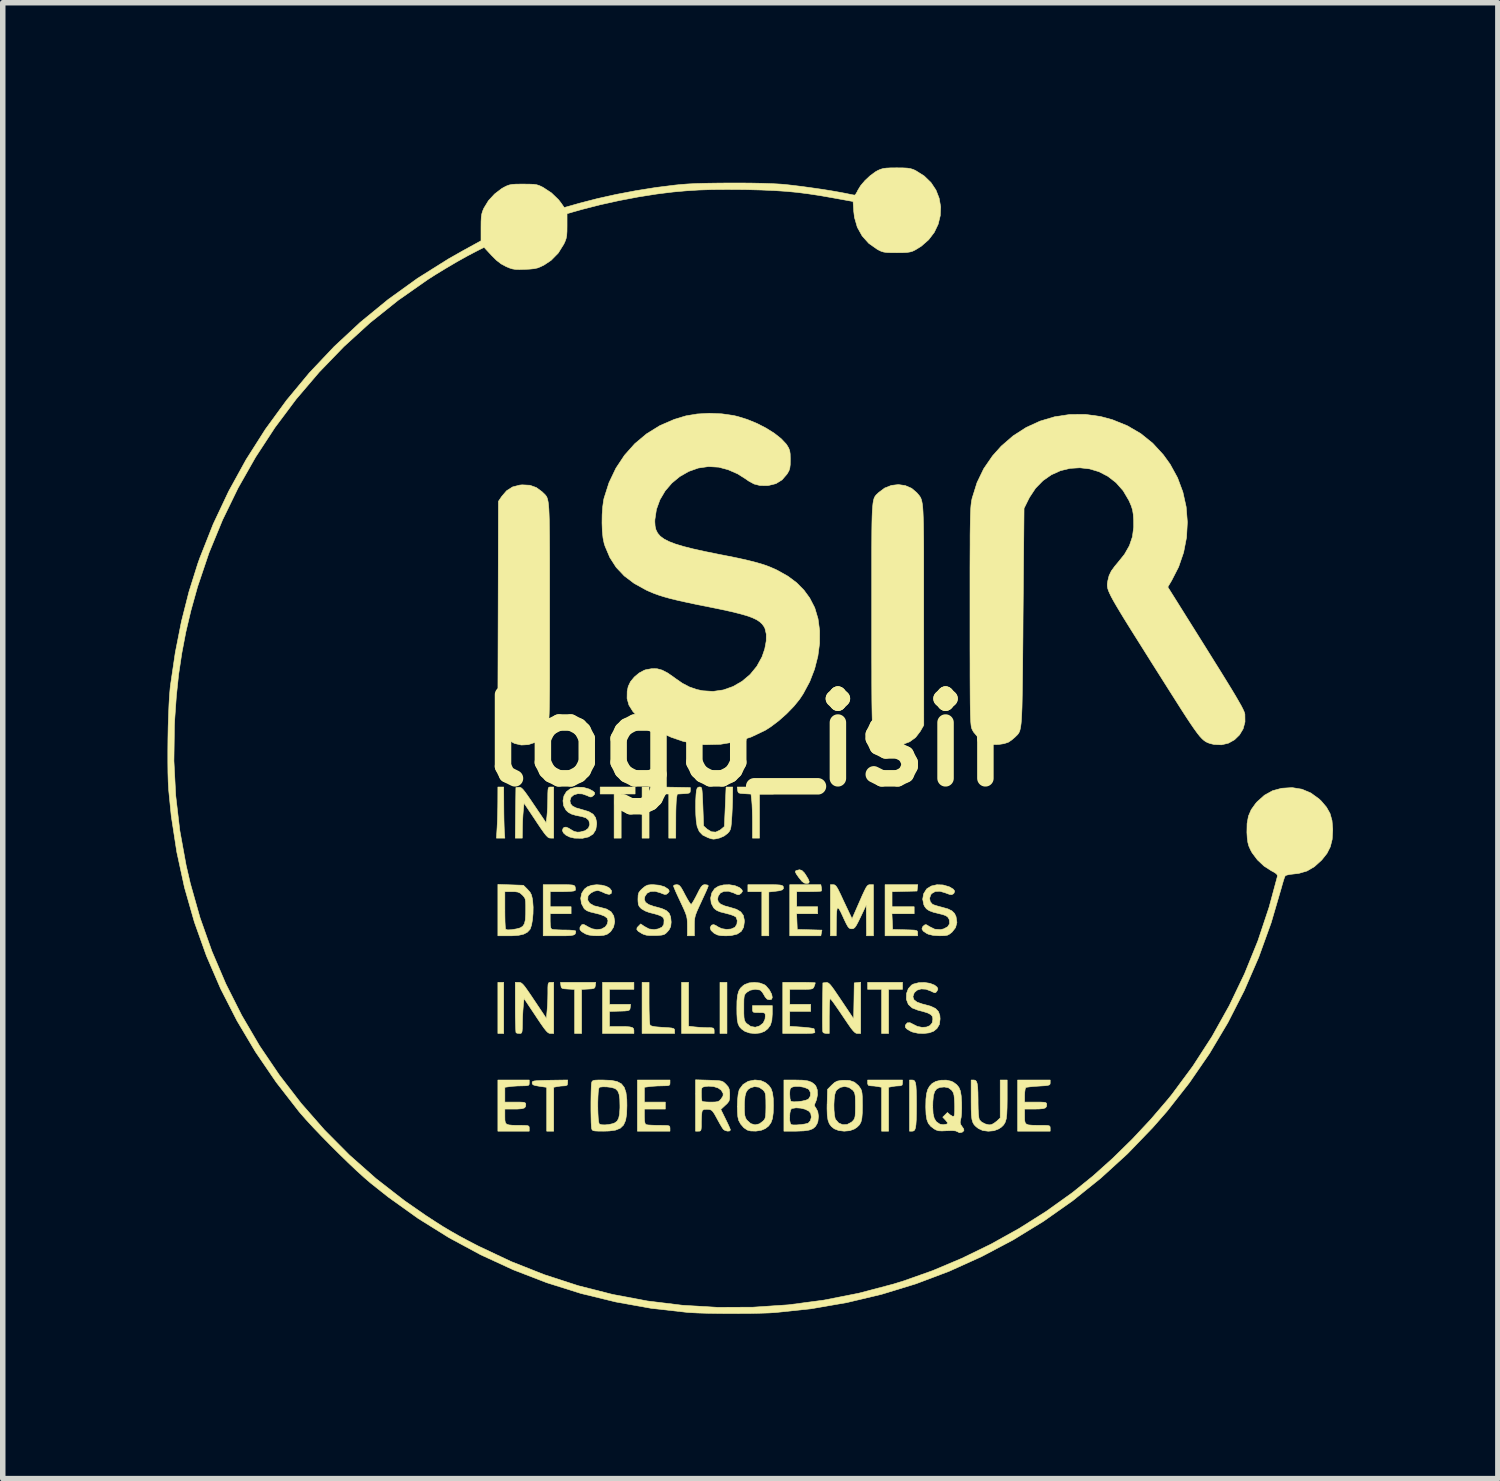
<source format=kicad_pcb>
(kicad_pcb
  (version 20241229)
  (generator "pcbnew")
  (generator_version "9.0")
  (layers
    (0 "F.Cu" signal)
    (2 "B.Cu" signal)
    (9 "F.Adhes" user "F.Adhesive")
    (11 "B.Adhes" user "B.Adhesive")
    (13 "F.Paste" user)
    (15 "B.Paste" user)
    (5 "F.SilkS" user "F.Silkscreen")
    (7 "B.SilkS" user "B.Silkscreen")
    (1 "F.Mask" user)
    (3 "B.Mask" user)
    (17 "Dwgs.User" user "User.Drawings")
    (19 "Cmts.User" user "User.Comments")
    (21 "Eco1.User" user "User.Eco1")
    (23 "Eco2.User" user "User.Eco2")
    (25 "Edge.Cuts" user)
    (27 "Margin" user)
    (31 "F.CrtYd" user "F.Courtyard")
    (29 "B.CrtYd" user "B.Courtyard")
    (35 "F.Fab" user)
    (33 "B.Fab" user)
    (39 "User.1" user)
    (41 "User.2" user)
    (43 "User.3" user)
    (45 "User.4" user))
  (footprint "logo_isir"
    (layer "F.Cu")
    (at 10.606 10.429)
    (property "Reference" "logo_isir" (at 0 0 0) (layer "F.SilkS") (effects (font (size 1.524 1.524) (thickness 0.3))))
    (attr through_hole)
    (fp_poly (pts (xy -4.487 5.334) (xy -4.593 5.334) (xy -4.593 4.403) (xy -4.487 4.403) (xy -4.487 5.334)) (stroke (width 0.01) (type solid)) (fill yes) (layer "F.SilkS"))
    (fp_poly (pts (xy -1.841 1.778) (xy -1.968 1.778) (xy -1.968 0.847) (xy -1.841 0.847) (xy -1.841 1.778)) (stroke (width 0.01) (type solid)) (fill yes) (layer "F.SilkS"))
    (fp_poly (pts (xy -0.423 5.334) (xy -0.55 5.334) (xy -0.55 4.403) (xy -0.423 4.403) (xy -0.423 5.334)) (stroke (width 0.01) (type solid)) (fill yes) (layer "F.SilkS"))
    (fp_poly (pts (xy -2.095 0.974) (xy -2.349 0.974) (xy -2.349 1.778) (xy -2.477 1.778) (xy -2.477 0.974) (xy -2.731 0.974) (xy -2.731 0.847) (xy -2.095 0.847) (xy -2.095 0.974)) (stroke (width 0.01) (type solid)) (fill yes) (layer "F.SilkS"))
    (fp_poly (pts (xy 2.773 4.53) (xy 2.519 4.53) (xy 2.519 5.334) (xy 2.392 5.334) (xy 2.392 4.53) (xy 2.138 4.53) (xy 2.138 4.403) (xy 2.773 4.403) (xy 2.773 4.53)) (stroke (width 0.01) (type solid)) (fill yes) (layer "F.SilkS"))
    (fp_poly (pts (xy -1.122 5.201) (xy -1.011 5.214) (xy -0.921 5.222) (xy -0.821 5.227) (xy -0.778 5.228) (xy -0.709 5.229) (xy -0.673 5.236) (xy -0.659 5.253) (xy -0.656 5.281) (xy -0.656 5.334) (xy -1.249 5.334) (xy -1.249 4.403) (xy -1.122 4.403) (xy -1.122 5.201)) (stroke (width 0.01) (type solid)) (fill yes) (layer "F.SilkS"))
    (fp_poly (pts (xy -4.485 1.201) (xy -4.484 1.329) (xy -4.482 1.451) (xy -4.479 1.557) (xy -4.476 1.636) (xy -4.474 1.667) (xy -4.466 1.778) (xy -4.619 1.778) (xy -4.607 1.582) (xy -4.602 1.479) (xy -4.598 1.351) (xy -4.595 1.217) (xy -4.594 1.117) (xy -4.593 0.847) (xy -4.487 0.847) (xy -4.485 1.201)) (stroke (width 0.01) (type solid)) (fill yes) (layer "F.SilkS"))
    (fp_poly (pts (xy -2.819 4.461) (xy -2.826 4.494) (xy -2.843 4.512) (xy -2.883 4.521) (xy -2.947 4.525) (xy -3.069 4.532) (xy -3.069 5.334) (xy -3.196 5.334) (xy -3.196 4.532) (xy -3.318 4.525) (xy -3.387 4.52) (xy -3.424 4.511) (xy -3.44 4.492) (xy -3.446 4.461) (xy -3.453 4.403) (xy -2.812 4.403) (xy -2.819 4.461)) (stroke (width 0.01) (type solid)) (fill yes) (layer "F.SilkS"))
    (fp_poly (pts (xy 0.396 2.625) (xy 0.484 2.627) (xy 0.542 2.631) (xy 0.577 2.639) (xy 0.595 2.649) (xy 0.602 2.66) (xy 0.606 2.695) (xy 0.583 2.72) (xy 0.527 2.736) (xy 0.458 2.745) (xy 0.339 2.758) (xy 0.339 3.556) (xy 0.212 3.556) (xy 0.212 2.752) (xy -0.042 2.752) (xy -0.042 2.625) (xy 0.273 2.625) (xy 0.396 2.625)) (stroke (width 0.01) (type solid)) (fill yes) (layer "F.SilkS"))
    (fp_poly (pts (xy 0.423 0.974) (xy 0.169 0.974) (xy 0.169 1.778) (xy 0.042 1.778) (xy 0.042 1.506) (xy 0.041 1.388) (xy 0.038 1.273) (xy 0.034 1.172) (xy 0.029 1.105) (xy 0.015 0.976) (xy -0.103 0.969) (xy -0.171 0.964) (xy -0.208 0.955) (xy -0.223 0.934) (xy -0.229 0.905) (xy -0.236 0.847) (xy 0.423 0.847) (xy 0.423 0.974)) (stroke (width 0.01) (type solid)) (fill yes) (layer "F.SilkS"))
    (fp_poly (pts (xy 0.941 2.366) (xy 0.985 2.409) (xy 1.014 2.452) (xy 1.058 2.525) (xy 1.075 2.571) (xy 1.067 2.595) (xy 1.034 2.603) (xy 1.021 2.603) (xy 0.981 2.594) (xy 0.941 2.563) (xy 0.892 2.503) (xy 0.883 2.492) (xy 0.841 2.432) (xy 0.823 2.397) (xy 0.824 2.377) (xy 0.841 2.367) (xy 0.897 2.353) (xy 0.941 2.366)) (stroke (width 0.01) (type solid)) (fill yes) (layer "F.SilkS"))
    (fp_poly (pts (xy 2.773 6.234) (xy 2.766 6.272) (xy 2.735 6.286) (xy 2.712 6.287) (xy 2.644 6.291) (xy 2.585 6.3) (xy 2.519 6.313) (xy 2.519 7.112) (xy 2.392 7.112) (xy 2.392 6.313) (xy 2.326 6.3) (xy 2.256 6.29) (xy 2.199 6.287) (xy 2.155 6.28) (xy 2.139 6.254) (xy 2.138 6.234) (xy 2.138 6.181) (xy 2.773 6.181) (xy 2.773 6.234)) (stroke (width 0.01) (type solid)) (fill yes) (layer "F.SilkS"))
    (fp_poly (pts (xy 2.976 6.185) (xy 2.995 6.201) (xy 3.009 6.234) (xy 3.018 6.289) (xy 3.023 6.371) (xy 3.026 6.486) (xy 3.027 6.633) (xy 3.026 6.789) (xy 3.023 6.908) (xy 3.017 6.994) (xy 3.008 7.053) (xy 2.995 7.089) (xy 2.976 7.107) (xy 2.951 7.112) (xy 2.95 7.112) (xy 2.9 7.112) (xy 2.9 6.181) (xy 2.95 6.181) (xy 2.976 6.185)) (stroke (width 0.01) (type solid)) (fill yes) (layer "F.SilkS"))
    (fp_poly (pts (xy -1.413 0.851) (xy -1.09 0.857) (xy -1.09 0.91) (xy -1.093 0.94) (xy -1.11 0.957) (xy -1.151 0.965) (xy -1.209 0.969) (xy -1.328 0.976) (xy -1.341 1.054) (xy -1.346 1.103) (xy -1.35 1.184) (xy -1.353 1.288) (xy -1.354 1.405) (xy -1.354 1.455) (xy -1.355 1.778) (xy -1.482 1.778) (xy -1.482 0.974) (xy -1.736 0.974) (xy -1.736 0.846) (xy -1.413 0.851)) (stroke (width 0.01) (type solid)) (fill yes) (layer "F.SilkS"))
    (fp_poly (pts (xy -1.841 4.778) (xy -1.84 4.902) (xy -1.837 5.011) (xy -1.833 5.1) (xy -1.828 5.159) (xy -1.823 5.182) (xy -1.792 5.199) (xy -1.722 5.212) (xy -1.611 5.221) (xy -1.59 5.222) (xy -1.494 5.228) (xy -1.431 5.234) (xy -1.396 5.243) (xy -1.38 5.256) (xy -1.376 5.275) (xy -1.376 5.284) (xy -1.376 5.334) (xy -1.968 5.334) (xy -1.968 4.403) (xy -1.841 4.403) (xy -1.841 4.778)) (stroke (width 0.01) (type solid)) (fill yes) (layer "F.SilkS"))
    (fp_poly (pts (xy 1.296 2.677) (xy 1.3 2.721) (xy 1.295 2.741) (xy 1.271 2.745) (xy 1.213 2.749) (xy 1.132 2.751) (xy 1.065 2.752) (xy 0.847 2.752) (xy 0.847 3.027) (xy 1.228 3.027) (xy 1.228 3.154) (xy 0.845 3.154) (xy 0.857 3.44) (xy 1.082 3.446) (xy 1.306 3.452) (xy 1.296 3.504) (xy 1.286 3.556) (xy 0.72 3.556) (xy 0.72 2.625) (xy 1.286 2.625) (xy 1.296 2.677)) (stroke (width 0.01) (type solid)) (fill yes) (layer "F.SilkS"))
    (fp_poly (pts (xy 3.044 2.683) (xy 3.037 2.741) (xy 2.81 2.747) (xy 2.582 2.753) (xy 2.582 3.027) (xy 2.985 3.027) (xy 2.985 3.154) (xy 2.58 3.154) (xy 2.587 3.297) (xy 2.593 3.44) (xy 2.82 3.446) (xy 2.921 3.449) (xy 2.986 3.452) (xy 3.024 3.459) (xy 3.042 3.47) (xy 3.048 3.488) (xy 3.048 3.504) (xy 3.048 3.556) (xy 2.455 3.556) (xy 2.455 2.625) (xy 3.051 2.625) (xy 3.044 2.683)) (stroke (width 0.01) (type solid)) (fill yes) (layer "F.SilkS"))
    (fp_poly (pts (xy -3.323 6.233) (xy -3.33 6.272) (xy -3.36 6.285) (xy -3.384 6.287) (xy -3.452 6.291) (xy -3.511 6.3) (xy -3.577 6.313) (xy -3.577 7.112) (xy -3.704 7.112) (xy -3.704 6.314) (xy -3.836 6.295) (xy -3.91 6.282) (xy -3.95 6.269) (xy -3.967 6.25) (xy -3.969 6.234) (xy -3.967 6.217) (xy -3.956 6.206) (xy -3.93 6.198) (xy -3.884 6.193) (xy -3.81 6.189) (xy -3.702 6.186) (xy -3.646 6.185) (xy -3.323 6.18) (xy -3.323 6.233)) (stroke (width 0.01) (type solid)) (fill yes) (layer "F.SilkS"))
    (fp_poly (pts (xy -2.117 4.53) (xy -2.561 4.53) (xy -2.561 4.805) (xy -2.177 4.805) (xy -2.184 4.863) (xy -2.189 4.891) (xy -2.201 4.908) (xy -2.228 4.918) (xy -2.28 4.924) (xy -2.365 4.927) (xy -2.376 4.927) (xy -2.561 4.933) (xy -2.561 5.207) (xy -2.372 5.207) (xy -2.264 5.208) (xy -2.191 5.214) (xy -2.146 5.225) (xy -2.124 5.245) (xy -2.117 5.275) (xy -2.117 5.283) (xy -2.117 5.334) (xy -2.688 5.334) (xy -2.688 4.403) (xy -2.117 4.403) (xy -2.117 4.53)) (stroke (width 0.01) (type solid)) (fill yes) (layer "F.SilkS"))
    (fp_poly (pts (xy -1.46 6.234) (xy -1.463 6.262) (xy -1.477 6.278) (xy -1.512 6.285) (xy -1.578 6.286) (xy -1.595 6.287) (xy -1.687 6.289) (xy -1.778 6.295) (xy -1.828 6.3) (xy -1.926 6.313) (xy -1.926 6.583) (xy -1.545 6.583) (xy -1.545 6.71) (xy -1.926 6.71) (xy -1.926 6.845) (xy -1.923 6.925) (xy -1.914 6.971) (xy -1.896 6.992) (xy -1.893 6.993) (xy -1.858 6.999) (xy -1.792 7.003) (xy -1.706 7.006) (xy -1.66 7.006) (xy -1.567 7.007) (xy -1.509 7.009) (xy -1.477 7.016) (xy -1.464 7.029) (xy -1.461 7.051) (xy -1.46 7.059) (xy -1.46 7.112) (xy -2.053 7.112) (xy -2.053 6.181) (xy -1.46 6.181) (xy -1.46 6.234)) (stroke (width 0.01) (type solid)) (fill yes) (layer "F.SilkS"))
    (fp_poly (pts (xy 0.996 4.403) (xy 1.085 4.405) (xy 1.15 4.408) (xy 1.183 4.411) (xy 1.185 4.412) (xy 1.179 4.436) (xy 1.165 4.475) (xy 1.154 4.5) (xy 1.137 4.516) (xy 1.108 4.525) (xy 1.055 4.529) (xy 0.973 4.53) (xy 0.932 4.53) (xy 0.72 4.53) (xy 0.72 4.805) (xy 1.101 4.805) (xy 1.101 4.932) (xy 0.72 4.932) (xy 0.72 5.203) (xy 0.942 5.218) (xy 1.033 5.226) (xy 1.106 5.235) (xy 1.152 5.244) (xy 1.164 5.25) (xy 1.171 5.283) (xy 1.177 5.301) (xy 1.178 5.314) (xy 1.164 5.323) (xy 1.131 5.329) (xy 1.071 5.332) (xy 0.979 5.334) (xy 0.891 5.334) (xy 0.593 5.334) (xy 0.593 4.403) (xy 0.889 4.403) (xy 0.996 4.403)) (stroke (width 0.01) (type solid)) (fill yes) (layer "F.SilkS"))
    (fp_poly (pts (xy -4.022 6.234) (xy -4.024 6.263) (xy -4.039 6.279) (xy -4.077 6.285) (xy -4.146 6.287) (xy -4.236 6.289) (xy -4.327 6.295) (xy -4.368 6.3) (xy -4.466 6.313) (xy -4.466 6.583) (xy -4.276 6.583) (xy -4.185 6.583) (xy -4.129 6.586) (xy -4.1 6.594) (xy -4.087 6.608) (xy -4.085 6.631) (xy -4.085 6.633) (xy -4.091 6.668) (xy -4.112 6.69) (xy -4.156 6.703) (xy -4.23 6.709) (xy -4.309 6.71) (xy -4.466 6.71) (xy -4.466 6.845) (xy -4.465 6.911) (xy -4.457 6.956) (xy -4.435 6.984) (xy -4.392 6.998) (xy -4.322 7.005) (xy -4.218 7.006) (xy -4.196 7.006) (xy -4.111 7.007) (xy -4.059 7.01) (xy -4.033 7.019) (xy -4.023 7.035) (xy -4.022 7.059) (xy -4.022 7.112) (xy -4.593 7.112) (xy -4.593 6.181) (xy -4.022 6.181) (xy -4.022 6.234)) (stroke (width 0.01) (type solid)) (fill yes) (layer "F.SilkS"))
    (fp_poly (pts (xy -3.577 1.778) (xy -3.635 1.777) (xy -3.659 1.774) (xy -3.683 1.76) (xy -3.713 1.731) (xy -3.752 1.682) (xy -3.804 1.609) (xy -3.873 1.507) (xy -3.905 1.458) (xy -4.117 1.14) (xy -4.13 1.274) (xy -4.137 1.361) (xy -4.143 1.47) (xy -4.146 1.578) (xy -4.146 1.593) (xy -4.149 1.778) (xy -4.276 1.778) (xy -4.271 1.318) (xy -4.265 0.857) (xy -4.211 0.851) (xy -4.19 0.852) (xy -4.167 0.863) (xy -4.139 0.888) (xy -4.102 0.933) (xy -4.053 1.001) (xy -3.986 1.098) (xy -3.936 1.172) (xy -3.715 1.499) (xy -3.701 1.39) (xy -3.695 1.32) (xy -3.689 1.224) (xy -3.686 1.117) (xy -3.685 1.064) (xy -3.684 0.966) (xy -3.681 0.903) (xy -3.675 0.868) (xy -3.663 0.851) (xy -3.644 0.847) (xy -3.63 0.847) (xy -3.577 0.847) (xy -3.577 1.778)) (stroke (width 0.01) (type solid)) (fill yes) (layer "F.SilkS"))
    (fp_poly (pts (xy -3.368 2.625) (xy -3.289 2.627) (xy -3.238 2.631) (xy -3.208 2.639) (xy -3.193 2.651) (xy -3.186 2.667) (xy -3.18 2.711) (xy -3.185 2.73) (xy -3.211 2.74) (xy -3.271 2.747) (xy -3.356 2.751) (xy -3.42 2.752) (xy -3.641 2.752) (xy -3.641 3.027) (xy -3.26 3.027) (xy -3.26 3.154) (xy -3.641 3.154) (xy -3.641 3.289) (xy -3.638 3.369) (xy -3.629 3.415) (xy -3.611 3.436) (xy -3.607 3.437) (xy -3.572 3.443) (xy -3.506 3.447) (xy -3.421 3.45) (xy -3.374 3.45) (xy -3.288 3.452) (xy -3.221 3.457) (xy -3.182 3.465) (xy -3.175 3.47) (xy -3.178 3.503) (xy -3.19 3.527) (xy -3.218 3.542) (xy -3.268 3.551) (xy -3.346 3.555) (xy -3.46 3.556) (xy -3.484 3.556) (xy -3.768 3.556) (xy -3.768 2.625) (xy -3.483 2.625) (xy -3.368 2.625)) (stroke (width 0.01) (type solid)) (fill yes) (layer "F.SilkS"))
    (fp_poly (pts (xy 2.011 5.334) (xy 1.953 5.333) (xy 1.929 5.33) (xy 1.905 5.315) (xy 1.875 5.286) (xy 1.836 5.238) (xy 1.784 5.164) (xy 1.715 5.062) (xy 1.684 5.016) (xy 1.615 4.914) (xy 1.554 4.826) (xy 1.505 4.757) (xy 1.47 4.713) (xy 1.456 4.699) (xy 1.45 4.719) (xy 1.445 4.774) (xy 1.442 4.857) (xy 1.44 4.96) (xy 1.439 5.016) (xy 1.439 5.334) (xy 1.386 5.334) (xy 1.341 5.325) (xy 1.322 5.307) (xy 1.319 5.278) (xy 1.317 5.214) (xy 1.316 5.121) (xy 1.316 5.007) (xy 1.317 4.877) (xy 1.317 4.847) (xy 1.323 4.413) (xy 1.38 4.407) (xy 1.402 4.407) (xy 1.424 4.416) (xy 1.45 4.438) (xy 1.484 4.479) (xy 1.53 4.542) (xy 1.591 4.632) (xy 1.66 4.734) (xy 1.883 5.067) (xy 1.889 4.74) (xy 1.894 4.413) (xy 1.953 4.407) (xy 2.011 4.4) (xy 2.011 5.334)) (stroke (width 0.01) (type solid)) (fill yes) (layer "F.SilkS"))
    (fp_poly (pts (xy 4.098 6.186) (xy 4.118 6.207) (xy 4.132 6.247) (xy 4.141 6.313) (xy 4.146 6.408) (xy 4.148 6.539) (xy 4.148 6.6) (xy 4.15 6.707) (xy 4.155 6.8) (xy 4.163 6.869) (xy 4.172 6.904) (xy 4.213 6.946) (xy 4.278 6.98) (xy 4.346 6.997) (xy 4.388 6.994) (xy 4.435 6.97) (xy 4.487 6.931) (xy 4.493 6.926) (xy 4.551 6.871) (xy 4.551 6.181) (xy 4.678 6.181) (xy 4.678 6.535) (xy 4.676 6.686) (xy 4.671 6.801) (xy 4.661 6.887) (xy 4.642 6.95) (xy 4.614 6.997) (xy 4.575 7.036) (xy 4.525 7.07) (xy 4.437 7.104) (xy 4.334 7.113) (xy 4.233 7.1) (xy 4.155 7.064) (xy 4.11 7.029) (xy 4.076 6.994) (xy 4.052 6.951) (xy 4.036 6.895) (xy 4.027 6.817) (xy 4.023 6.712) (xy 4.022 6.573) (xy 4.022 6.543) (xy 4.022 6.181) (xy 4.072 6.181) (xy 4.098 6.186)) (stroke (width 0.01) (type solid)) (fill yes) (layer "F.SilkS"))
    (fp_poly (pts (xy 1.539 2.63) (xy 1.564 2.652) (xy 1.593 2.696) (xy 1.63 2.771) (xy 1.644 2.799) (xy 1.69 2.899) (xy 1.74 3.005) (xy 1.783 3.095) (xy 1.789 3.109) (xy 1.854 3.245) (xy 1.99 2.935) (xy 2.041 2.818) (xy 2.08 2.735) (xy 2.108 2.68) (xy 2.131 2.647) (xy 2.151 2.631) (xy 2.173 2.625) (xy 2.185 2.625) (xy 2.244 2.625) (xy 2.244 3.556) (xy 2.117 3.556) (xy 2.113 2.995) (xy 2.01 3.212) (xy 1.964 3.306) (xy 1.93 3.369) (xy 1.904 3.405) (xy 1.881 3.423) (xy 1.856 3.428) (xy 1.847 3.428) (xy 1.82 3.425) (xy 1.797 3.411) (xy 1.773 3.38) (xy 1.743 3.324) (xy 1.702 3.238) (xy 1.693 3.217) (xy 1.651 3.127) (xy 1.62 3.07) (xy 1.598 3.047) (xy 1.583 3.061) (xy 1.575 3.113) (xy 1.57 3.204) (xy 1.568 3.328) (xy 1.566 3.556) (xy 1.46 3.556) (xy 1.46 2.625) (xy 1.511 2.625) (xy 1.539 2.63)) (stroke (width 0.01) (type solid)) (fill yes) (layer "F.SilkS"))
    (fp_poly (pts (xy 5.461 6.231) (xy 5.459 6.253) (xy 5.448 6.268) (xy 5.42 6.278) (xy 5.367 6.285) (xy 5.282 6.29) (xy 5.251 6.292) (xy 5.159 6.298) (xy 5.083 6.306) (xy 5.032 6.313) (xy 5.018 6.317) (xy 5.006 6.345) (xy 4.998 6.401) (xy 4.995 6.457) (xy 4.995 6.583) (xy 5.196 6.583) (xy 5.29 6.583) (xy 5.348 6.586) (xy 5.381 6.593) (xy 5.394 6.605) (xy 5.397 6.627) (xy 5.397 6.633) (xy 5.392 6.667) (xy 5.372 6.689) (xy 5.33 6.702) (xy 5.259 6.708) (xy 5.163 6.71) (xy 4.995 6.71) (xy 4.995 6.845) (xy 4.996 6.91) (xy 5.004 6.954) (xy 5.025 6.982) (xy 5.066 6.998) (xy 5.134 7.004) (xy 5.236 7.006) (xy 5.276 7.006) (xy 5.364 7.006) (xy 5.419 7.009) (xy 5.448 7.017) (xy 5.459 7.032) (xy 5.461 7.057) (xy 5.461 7.059) (xy 5.461 7.112) (xy 4.868 7.112) (xy 4.868 6.181) (xy 5.461 6.181) (xy 5.461 6.231)) (stroke (width 0.01) (type solid)) (fill yes) (layer "F.SilkS"))
    (fp_poly (pts (xy -0.32 1.021) (xy -0.322 1.124) (xy -0.327 1.248) (xy -0.333 1.371) (xy -0.336 1.412) (xy -0.343 1.511) (xy -0.351 1.578) (xy -0.363 1.624) (xy -0.381 1.657) (xy -0.409 1.689) (xy -0.41 1.69) (xy -0.474 1.739) (xy -0.552 1.773) (xy -0.562 1.776) (xy -0.626 1.791) (xy -0.667 1.796) (xy -0.707 1.79) (xy -0.763 1.771) (xy -0.773 1.767) (xy -0.865 1.722) (xy -0.927 1.657) (xy -0.966 1.565) (xy -0.982 1.465) (xy -0.99 1.353) (xy -0.993 1.226) (xy -0.992 1.098) (xy -0.986 0.986) (xy -0.979 0.915) (xy -0.964 0.866) (xy -0.936 0.848) (xy -0.921 0.847) (xy -0.904 0.848) (xy -0.891 0.856) (xy -0.882 0.877) (xy -0.876 0.917) (xy -0.871 0.981) (xy -0.866 1.076) (xy -0.861 1.201) (xy -0.848 1.556) (xy -0.784 1.614) (xy -0.706 1.662) (xy -0.627 1.668) (xy -0.548 1.631) (xy -0.533 1.619) (xy -0.47 1.566) (xy -0.454 1.206) (xy -0.439 0.847) (xy -0.318 0.847) (xy -0.32 1.021)) (stroke (width 0.01) (type solid)) (fill yes) (layer "F.SilkS"))
    (fp_poly (pts (xy -4.36 2.628) (xy -4.128 2.636) (xy -4.052 2.712) (xy -4.008 2.761) (xy -3.982 2.811) (xy -3.966 2.877) (xy -3.959 2.925) (xy -3.951 3.034) (xy -3.953 3.15) (xy -3.963 3.262) (xy -3.98 3.359) (xy -4.003 3.428) (xy -4.01 3.441) (xy -4.057 3.491) (xy -4.124 3.526) (xy -4.217 3.547) (xy -4.343 3.556) (xy -4.391 3.556) (xy -4.593 3.556) (xy -4.593 2.752) (xy -4.466 2.752) (xy -4.466 3.087) (xy -4.465 3.202) (xy -4.463 3.302) (xy -4.459 3.379) (xy -4.455 3.426) (xy -4.452 3.436) (xy -4.416 3.448) (xy -4.346 3.445) (xy -4.256 3.43) (xy -4.188 3.412) (xy -4.141 3.383) (xy -4.11 3.336) (xy -4.093 3.265) (xy -4.087 3.162) (xy -4.086 3.094) (xy -4.086 2.995) (xy -4.089 2.929) (xy -4.096 2.885) (xy -4.111 2.855) (xy -4.134 2.827) (xy -4.147 2.814) (xy -4.188 2.778) (xy -4.229 2.76) (xy -4.286 2.752) (xy -4.338 2.752) (xy -4.466 2.752) (xy -4.593 2.752) (xy -4.593 2.62) (xy -4.36 2.628)) (stroke (width 0.01) (type solid)) (fill yes) (layer "F.SilkS"))
    (fp_poly (pts (xy -0.778 2.631) (xy -0.762 2.645) (xy -0.771 2.67) (xy -0.794 2.726) (xy -0.83 2.805) (xy -0.874 2.9) (xy -0.889 2.933) (xy -0.939 3.041) (xy -0.974 3.121) (xy -0.997 3.182) (xy -1.009 3.235) (xy -1.015 3.291) (xy -1.016 3.358) (xy -1.016 3.379) (xy -1.016 3.556) (xy -1.143 3.556) (xy -1.143 3.379) (xy -1.144 3.307) (xy -1.148 3.25) (xy -1.158 3.197) (xy -1.178 3.139) (xy -1.209 3.066) (xy -1.255 2.967) (xy -1.27 2.935) (xy -1.316 2.837) (xy -1.355 2.752) (xy -1.382 2.687) (xy -1.396 2.651) (xy -1.397 2.646) (xy -1.379 2.631) (xy -1.339 2.625) (xy -1.309 2.629) (xy -1.284 2.645) (xy -1.255 2.682) (xy -1.219 2.745) (xy -1.188 2.805) (xy -1.146 2.882) (xy -1.109 2.943) (xy -1.084 2.978) (xy -1.076 2.985) (xy -1.06 2.967) (xy -1.03 2.919) (xy -0.992 2.85) (xy -0.969 2.805) (xy -0.926 2.72) (xy -0.894 2.667) (xy -0.868 2.638) (xy -0.842 2.626) (xy -0.821 2.625) (xy -0.778 2.631)) (stroke (width 0.01) (type solid)) (fill yes) (layer "F.SilkS"))
    (fp_poly (pts (xy -4.188 4.405) (xy -4.165 4.416) (xy -4.138 4.439) (xy -4.103 4.48) (xy -4.057 4.544) (xy -3.995 4.634) (xy -3.93 4.731) (xy -3.71 5.06) (xy -3.697 4.916) (xy -3.69 4.823) (xy -3.685 4.711) (xy -3.683 4.601) (xy -3.683 4.588) (xy -3.683 4.499) (xy -3.68 4.445) (xy -3.672 4.416) (xy -3.657 4.405) (xy -3.632 4.403) (xy -3.63 4.403) (xy -3.577 4.403) (xy -3.577 5.334) (xy -3.635 5.333) (xy -3.659 5.33) (xy -3.683 5.316) (xy -3.713 5.287) (xy -3.752 5.238) (xy -3.804 5.165) (xy -3.873 5.063) (xy -3.905 5.014) (xy -4.117 4.696) (xy -4.13 4.83) (xy -4.137 4.917) (xy -4.143 5.026) (xy -4.146 5.134) (xy -4.146 5.149) (xy -4.148 5.238) (xy -4.152 5.292) (xy -4.16 5.321) (xy -4.175 5.332) (xy -4.198 5.334) (xy -4.243 5.329) (xy -4.262 5.32) (xy -4.266 5.295) (xy -4.269 5.235) (xy -4.272 5.145) (xy -4.275 5.032) (xy -4.276 4.902) (xy -4.276 4.854) (xy -4.276 4.403) (xy -4.212 4.403) (xy -4.188 4.405)) (stroke (width 0.01) (type solid)) (fill yes) (layer "F.SilkS"))
    (fp_poly (pts (xy -4.01 -4.646) (xy -3.893 -4.604) (xy -3.788 -4.527) (xy -3.779 -4.518) (xy -3.758 -4.498) (xy -3.74 -4.481) (xy -3.724 -4.463) (xy -3.709 -4.443) (xy -3.697 -4.418) (xy -3.687 -4.385) (xy -3.678 -4.342) (xy -3.671 -4.286) (xy -3.665 -4.215) (xy -3.661 -4.126) (xy -3.657 -4.016) (xy -3.655 -3.883) (xy -3.653 -3.724) (xy -3.652 -3.538) (xy -3.651 -3.32) (xy -3.651 -3.069) (xy -3.651 -2.782) (xy -3.651 -2.456) (xy -3.651 -2.286) (xy -3.651 -1.941) (xy -3.651 -1.635) (xy -3.651 -1.367) (xy -3.651 -1.133) (xy -3.652 -0.931) (xy -3.654 -0.759) (xy -3.656 -0.613) (xy -3.659 -0.492) (xy -3.664 -0.393) (xy -3.67 -0.313) (xy -3.677 -0.249) (xy -3.686 -0.2) (xy -3.697 -0.162) (xy -3.711 -0.132) (xy -3.726 -0.11) (xy -3.744 -0.091) (xy -3.765 -0.073) (xy -3.788 -0.053) (xy -3.807 -0.037) (xy -3.915 0.035) (xy -4.039 0.076) (xy -4.167 0.083) (xy -4.287 0.055) (xy -4.293 0.053) (xy -4.407 -0.011) (xy -4.49 -0.09) (xy -4.543 -0.181) (xy -4.594 -0.291) (xy -4.588 -2.322) (xy -4.583 -4.353) (xy -4.524 -4.441) (xy -4.434 -4.546) (xy -4.326 -4.615) (xy -4.195 -4.649) (xy -4.149 -4.653) (xy -4.01 -4.646)) (stroke (width 0.01) (type solid)) (fill yes) (layer "F.SilkS"))
    (fp_poly (pts (xy 3.273 4.421) (xy 3.357 4.454) (xy 3.402 4.491) (xy 3.417 4.524) (xy 3.4 4.562) (xy 3.398 4.563) (xy 3.378 4.588) (xy 3.356 4.592) (xy 3.319 4.577) (xy 3.29 4.562) (xy 3.198 4.528) (xy 3.112 4.523) (xy 3.039 4.545) (xy 2.987 4.591) (xy 2.964 4.657) (xy 2.963 4.669) (xy 2.982 4.721) (xy 3.037 4.763) (xy 3.133 4.797) (xy 3.164 4.804) (xy 3.287 4.838) (xy 3.373 4.879) (xy 3.426 4.934) (xy 3.452 5.005) (xy 3.457 5.069) (xy 3.444 5.169) (xy 3.399 5.244) (xy 3.338 5.293) (xy 3.259 5.322) (xy 3.158 5.334) (xy 3.051 5.329) (xy 2.953 5.307) (xy 2.917 5.291) (xy 2.855 5.254) (xy 2.826 5.224) (xy 2.823 5.192) (xy 2.827 5.179) (xy 2.86 5.14) (xy 2.91 5.138) (xy 2.965 5.166) (xy 3.043 5.205) (xy 3.127 5.222) (xy 3.207 5.217) (xy 3.271 5.191) (xy 3.31 5.145) (xy 3.315 5.132) (xy 3.325 5.072) (xy 3.319 5.027) (xy 3.291 4.992) (xy 3.236 4.962) (xy 3.148 4.934) (xy 3.054 4.91) (xy 2.949 4.869) (xy 2.879 4.805) (xy 2.845 4.717) (xy 2.843 4.709) (xy 2.846 4.605) (xy 2.879 4.517) (xy 2.938 4.452) (xy 2.972 4.434) (xy 3.068 4.409) (xy 3.172 4.405) (xy 3.273 4.421)) (stroke (width 0.01) (type solid)) (fill yes) (layer "F.SilkS"))
    (fp_poly (pts (xy -3.041 0.853) (xy -2.932 0.884) (xy -2.922 0.889) (xy -2.858 0.925) (xy -2.83 0.952) (xy -2.833 0.979) (xy -2.856 1.004) (xy -2.886 1.026) (xy -2.914 1.028) (xy -2.959 1.008) (xy -2.966 1.004) (xy -3.055 0.973) (xy -3.139 0.969) (xy -3.21 0.99) (xy -3.261 1.033) (xy -3.281 1.096) (xy -3.281 1.101) (xy -3.27 1.153) (xy -3.235 1.194) (xy -3.17 1.227) (xy -3.068 1.256) (xy -3.054 1.26) (xy -2.938 1.295) (xy -2.86 1.342) (xy -2.814 1.406) (xy -2.795 1.492) (xy -2.794 1.521) (xy -2.811 1.625) (xy -2.861 1.704) (xy -2.943 1.756) (xy -3.054 1.781) (xy -3.195 1.778) (xy -3.201 1.778) (xy -3.285 1.758) (xy -3.353 1.724) (xy -3.399 1.683) (xy -3.419 1.639) (xy -3.405 1.598) (xy -3.386 1.582) (xy -3.352 1.577) (xy -3.302 1.598) (xy -3.269 1.619) (xy -3.205 1.656) (xy -3.146 1.669) (xy -3.095 1.666) (xy -3.004 1.642) (xy -2.945 1.597) (xy -2.921 1.532) (xy -2.921 1.522) (xy -2.938 1.454) (xy -2.99 1.408) (xy -3.065 1.385) (xy -3.176 1.363) (xy -3.255 1.339) (xy -3.311 1.308) (xy -3.353 1.268) (xy -3.397 1.187) (xy -3.408 1.097) (xy -3.39 1.008) (xy -3.344 0.931) (xy -3.274 0.879) (xy -3.27 0.877) (xy -3.16 0.85) (xy -3.041 0.853)) (stroke (width 0.01) (type solid)) (fill yes) (layer "F.SilkS"))
    (fp_poly (pts (xy -2.703 2.633) (xy -2.621 2.654) (xy -2.558 2.689) (xy -2.525 2.734) (xy -2.523 2.744) (xy -2.531 2.787) (xy -2.567 2.802) (xy -2.626 2.789) (xy -2.662 2.772) (xy -2.721 2.746) (xy -2.77 2.731) (xy -2.779 2.731) (xy -2.839 2.744) (xy -2.899 2.776) (xy -2.943 2.817) (xy -2.953 2.836) (xy -2.957 2.907) (xy -2.921 2.964) (xy -2.847 3.008) (xy -2.733 3.037) (xy -2.731 3.037) (xy -2.613 3.069) (xy -2.532 3.119) (xy -2.484 3.193) (xy -2.467 3.291) (xy -2.467 3.303) (xy -2.487 3.397) (xy -2.54 3.479) (xy -2.606 3.529) (xy -2.667 3.547) (xy -2.754 3.555) (xy -2.849 3.553) (xy -2.936 3.542) (xy -2.995 3.523) (xy -3.064 3.482) (xy -3.098 3.447) (xy -3.1 3.41) (xy -3.092 3.389) (xy -3.064 3.353) (xy -3.029 3.349) (xy -2.978 3.376) (xy -2.967 3.384) (xy -2.88 3.427) (xy -2.79 3.443) (xy -2.706 3.432) (xy -2.639 3.394) (xy -2.603 3.344) (xy -2.588 3.283) (xy -2.603 3.235) (xy -2.652 3.197) (xy -2.736 3.165) (xy -2.812 3.146) (xy -2.907 3.123) (xy -2.97 3.1) (xy -3.011 3.071) (xy -3.025 3.056) (xy -3.072 2.968) (xy -3.085 2.873) (xy -3.067 2.782) (xy -3.018 2.706) (xy -2.964 2.664) (xy -2.884 2.636) (xy -2.794 2.626) (xy -2.703 2.633)) (stroke (width 0.01) (type solid)) (fill yes) (layer "F.SilkS"))
    (fp_poly (pts (xy 0.192 6.191) (xy 0.269 6.224) (xy 0.277 6.229) (xy 0.338 6.278) (xy 0.38 6.337) (xy 0.406 6.413) (xy 0.42 6.516) (xy 0.423 6.646) (xy 0.419 6.781) (xy 0.405 6.883) (xy 0.378 6.958) (xy 0.336 7.017) (xy 0.277 7.064) (xy 0.201 7.096) (xy 0.104 7.111) (xy 0.007 7.108) (xy -0.053 7.092) (xy -0.116 7.049) (xy -0.174 6.982) (xy -0.21 6.915) (xy -0.225 6.85) (xy -0.232 6.758) (xy -0.234 6.668) (xy -0.106 6.668) (xy -0.104 6.762) (xy -0.098 6.826) (xy -0.085 6.87) (xy -0.064 6.906) (xy -0.061 6.91) (xy 0.01 6.974) (xy 0.088 6.997) (xy 0.167 6.979) (xy 0.233 6.93) (xy 0.256 6.905) (xy 0.271 6.877) (xy 0.28 6.838) (xy 0.284 6.778) (xy 0.286 6.689) (xy 0.286 6.648) (xy 0.285 6.544) (xy 0.282 6.474) (xy 0.275 6.428) (xy 0.262 6.396) (xy 0.241 6.37) (xy 0.236 6.364) (xy 0.162 6.312) (xy 0.078 6.301) (xy 0.007 6.322) (xy -0.041 6.354) (xy -0.074 6.403) (xy -0.094 6.474) (xy -0.104 6.576) (xy -0.106 6.668) (xy -0.234 6.668) (xy -0.234 6.652) (xy -0.23 6.544) (xy -0.22 6.447) (xy -0.204 6.373) (xy -0.196 6.35) (xy -0.129 6.261) (xy -0.036 6.204) (xy 0.079 6.181) (xy 0.095 6.181) (xy 0.192 6.191)) (stroke (width 0.01) (type solid)) (fill yes) (layer "F.SilkS"))
    (fp_poly (pts (xy -0.28 2.642) (xy -0.196 2.677) (xy -0.154 2.713) (xy -0.14 2.743) (xy -0.158 2.773) (xy -0.168 2.783) (xy -0.195 2.803) (xy -0.222 2.808) (xy -0.262 2.794) (xy -0.306 2.773) (xy -0.398 2.744) (xy -0.479 2.747) (xy -0.544 2.778) (xy -0.583 2.835) (xy -0.593 2.891) (xy -0.58 2.939) (xy -0.538 2.979) (xy -0.462 3.012) (xy -0.366 3.038) (xy -0.25 3.073) (xy -0.172 3.12) (xy -0.125 3.184) (xy -0.107 3.27) (xy -0.106 3.299) (xy -0.12 3.4) (xy -0.163 3.475) (xy -0.237 3.525) (xy -0.345 3.551) (xy -0.44 3.556) (xy -0.53 3.553) (xy -0.593 3.541) (xy -0.645 3.516) (xy -0.658 3.508) (xy -0.712 3.458) (xy -0.729 3.41) (xy -0.709 3.369) (xy -0.697 3.359) (xy -0.662 3.352) (xy -0.616 3.373) (xy -0.594 3.389) (xy -0.519 3.425) (xy -0.432 3.439) (xy -0.347 3.432) (xy -0.281 3.402) (xy -0.276 3.398) (xy -0.242 3.344) (xy -0.235 3.278) (xy -0.255 3.221) (xy -0.264 3.211) (xy -0.299 3.191) (xy -0.362 3.168) (xy -0.442 3.147) (xy -0.453 3.144) (xy -0.544 3.121) (xy -0.605 3.096) (xy -0.648 3.064) (xy -0.666 3.045) (xy -0.709 2.963) (xy -0.72 2.869) (xy -0.699 2.775) (xy -0.647 2.697) (xy -0.577 2.653) (xy -0.483 2.629) (xy -0.38 2.626) (xy -0.28 2.642)) (stroke (width 0.01) (type solid)) (fill yes) (layer "F.SilkS"))
    (fp_poly (pts (xy 1.806 6.188) (xy 1.897 6.22) (xy 1.971 6.283) (xy 1.993 6.313) (xy 2.014 6.345) (xy 2.028 6.379) (xy 2.036 6.424) (xy 2.041 6.488) (xy 2.042 6.581) (xy 2.043 6.647) (xy 2.041 6.778) (xy 2.033 6.874) (xy 2.017 6.944) (xy 1.99 6.995) (xy 1.949 7.036) (xy 1.899 7.071) (xy 1.813 7.103) (xy 1.711 7.112) (xy 1.61 7.1) (xy 1.531 7.069) (xy 1.478 7.027) (xy 1.44 6.976) (xy 1.416 6.909) (xy 1.403 6.819) (xy 1.399 6.699) (xy 1.4 6.63) (xy 1.524 6.63) (xy 1.526 6.73) (xy 1.534 6.819) (xy 1.547 6.883) (xy 1.554 6.898) (xy 1.61 6.963) (xy 1.684 6.994) (xy 1.765 6.99) (xy 1.843 6.949) (xy 1.863 6.931) (xy 1.886 6.905) (xy 1.901 6.877) (xy 1.91 6.838) (xy 1.914 6.778) (xy 1.916 6.688) (xy 1.916 6.648) (xy 1.915 6.544) (xy 1.912 6.474) (xy 1.904 6.428) (xy 1.891 6.396) (xy 1.871 6.37) (xy 1.866 6.364) (xy 1.796 6.315) (xy 1.717 6.299) (xy 1.64 6.315) (xy 1.577 6.361) (xy 1.555 6.394) (xy 1.539 6.449) (xy 1.529 6.532) (xy 1.524 6.63) (xy 1.4 6.63) (xy 1.401 6.613) (xy 1.408 6.351) (xy 1.486 6.272) (xy 1.537 6.226) (xy 1.585 6.201) (xy 1.648 6.189) (xy 1.689 6.185) (xy 1.806 6.188)) (stroke (width 0.01) (type solid)) (fill yes) (layer "F.SilkS"))
    (fp_poly (pts (xy -2.533 6.187) (xy -2.425 6.208) (xy -2.346 6.249) (xy -2.293 6.315) (xy -2.261 6.409) (xy -2.246 6.537) (xy -2.244 6.646) (xy -2.249 6.8) (xy -2.268 6.916) (xy -2.306 7.001) (xy -2.365 7.058) (xy -2.451 7.093) (xy -2.568 7.109) (xy -2.673 7.112) (xy -2.767 7.111) (xy -2.826 7.108) (xy -2.86 7.101) (xy -2.878 7.087) (xy -2.886 7.065) (xy -2.886 7.064) (xy -2.891 7.025) (xy -2.895 6.953) (xy -2.897 6.855) (xy -2.899 6.742) (xy -2.899 6.622) (xy -2.899 6.586) (xy -2.774 6.586) (xy -2.774 6.69) (xy -2.771 6.791) (xy -2.766 6.879) (xy -2.758 6.945) (xy -2.748 6.98) (xy -2.746 6.982) (xy -2.709 6.995) (xy -2.646 6.998) (xy -2.572 6.991) (xy -2.501 6.975) (xy -2.463 6.96) (xy -2.422 6.929) (xy -2.394 6.877) (xy -2.378 6.8) (xy -2.371 6.689) (xy -2.371 6.646) (xy -2.374 6.525) (xy -2.387 6.438) (xy -2.411 6.38) (xy -2.449 6.343) (xy -2.474 6.331) (xy -2.532 6.315) (xy -2.606 6.306) (xy -2.678 6.304) (xy -2.733 6.31) (xy -2.748 6.316) (xy -2.758 6.343) (xy -2.766 6.403) (xy -2.771 6.487) (xy -2.774 6.586) (xy -2.899 6.586) (xy -2.898 6.504) (xy -2.896 6.396) (xy -2.893 6.307) (xy -2.889 6.247) (xy -2.886 6.228) (xy -2.878 6.206) (xy -2.861 6.192) (xy -2.827 6.184) (xy -2.768 6.181) (xy -2.676 6.181) (xy -2.533 6.187)) (stroke (width 0.01) (type solid)) (fill yes) (layer "F.SilkS"))
    (fp_poly (pts (xy 3.509 2.63) (xy 3.617 2.661) (xy 3.629 2.666) (xy 3.696 2.706) (xy 3.722 2.741) (xy 3.711 2.777) (xy 3.694 2.794) (xy 3.667 2.807) (xy 3.628 2.802) (xy 3.565 2.779) (xy 3.558 2.776) (xy 3.454 2.745) (xy 3.369 2.749) (xy 3.305 2.786) (xy 3.288 2.807) (xy 3.266 2.871) (xy 3.277 2.934) (xy 3.316 2.98) (xy 3.322 2.984) (xy 3.364 3) (xy 3.431 3.02) (xy 3.492 3.036) (xy 3.599 3.066) (xy 3.672 3.102) (xy 3.719 3.148) (xy 3.747 3.207) (xy 3.763 3.313) (xy 3.738 3.407) (xy 3.673 3.49) (xy 3.671 3.491) (xy 3.628 3.525) (xy 3.589 3.545) (xy 3.538 3.553) (xy 3.462 3.555) (xy 3.444 3.555) (xy 3.331 3.548) (xy 3.247 3.528) (xy 3.215 3.514) (xy 3.15 3.47) (xy 3.126 3.43) (xy 3.141 3.389) (xy 3.154 3.376) (xy 3.183 3.354) (xy 3.21 3.355) (xy 3.251 3.38) (xy 3.257 3.385) (xy 3.359 3.435) (xy 3.464 3.443) (xy 3.524 3.429) (xy 3.596 3.39) (xy 3.63 3.335) (xy 3.625 3.267) (xy 3.617 3.247) (xy 3.595 3.213) (xy 3.561 3.189) (xy 3.505 3.169) (xy 3.44 3.153) (xy 3.332 3.126) (xy 3.258 3.098) (xy 3.209 3.065) (xy 3.176 3.022) (xy 3.161 2.991) (xy 3.14 2.889) (xy 3.157 2.791) (xy 3.21 2.706) (xy 3.219 2.697) (xy 3.298 2.649) (xy 3.399 2.626) (xy 3.509 2.63)) (stroke (width 0.01) (type solid)) (fill yes) (layer "F.SilkS"))
    (fp_poly (pts (xy 0.172 4.414) (xy 0.255 4.444) (xy 0.287 4.467) (xy 0.35 4.541) (xy 0.391 4.619) (xy 0.402 4.677) (xy 0.39 4.711) (xy 0.35 4.72) (xy 0.308 4.709) (xy 0.272 4.669) (xy 0.255 4.638) (xy 0.222 4.584) (xy 0.188 4.548) (xy 0.179 4.543) (xy 0.091 4.529) (xy 0.002 4.546) (xy -0.057 4.581) (xy -0.083 4.605) (xy -0.1 4.629) (xy -0.11 4.663) (xy -0.115 4.715) (xy -0.116 4.795) (xy -0.116 4.865) (xy -0.116 4.968) (xy -0.113 5.039) (xy -0.106 5.085) (xy -0.093 5.117) (xy -0.073 5.144) (xy -0.066 5.151) (xy 0.009 5.205) (xy 0.092 5.22) (xy 0.167 5.198) (xy 0.236 5.145) (xy 0.27 5.073) (xy 0.275 5.018) (xy 0.273 4.981) (xy 0.261 4.961) (xy 0.227 4.954) (xy 0.162 4.953) (xy 0.159 4.953) (xy 0.092 4.952) (xy 0.058 4.945) (xy 0.044 4.926) (xy 0.042 4.89) (xy 0.042 4.826) (xy 0.402 4.826) (xy 0.402 4.979) (xy 0.394 5.095) (xy 0.368 5.182) (xy 0.32 5.248) (xy 0.262 5.294) (xy 0.185 5.324) (xy 0.088 5.335) (xy -0.01 5.325) (xy -0.094 5.296) (xy -0.099 5.293) (xy -0.156 5.253) (xy -0.196 5.21) (xy -0.221 5.156) (xy -0.236 5.081) (xy -0.242 4.978) (xy -0.243 4.88) (xy -0.241 4.743) (xy -0.23 4.641) (xy -0.21 4.565) (xy -0.178 4.509) (xy -0.13 4.464) (xy -0.1 4.443) (xy -0.021 4.413) (xy 0.075 4.404) (xy 0.172 4.414)) (stroke (width 0.01) (type solid)) (fill yes) (layer "F.SilkS"))
    (fp_poly (pts (xy -1.655 2.635) (xy -1.56 2.663) (xy -1.494 2.706) (xy -1.487 2.713) (xy -1.473 2.743) (xy -1.492 2.774) (xy -1.5 2.78) (xy -1.526 2.8) (xy -1.554 2.803) (xy -1.597 2.789) (xy -1.635 2.773) (xy -1.73 2.746) (xy -1.814 2.749) (xy -1.878 2.781) (xy -1.917 2.839) (xy -1.926 2.893) (xy -1.907 2.944) (xy -1.85 2.986) (xy -1.753 3.021) (xy -1.725 3.027) (xy -1.607 3.06) (xy -1.526 3.097) (xy -1.475 3.146) (xy -1.448 3.212) (xy -1.439 3.301) (xy -1.439 3.311) (xy -1.447 3.387) (xy -1.476 3.446) (xy -1.501 3.476) (xy -1.535 3.511) (xy -1.567 3.532) (xy -1.611 3.543) (xy -1.678 3.549) (xy -1.728 3.551) (xy -1.824 3.551) (xy -1.892 3.544) (xy -1.946 3.527) (xy -1.972 3.514) (xy -2.037 3.474) (xy -2.064 3.441) (xy -2.059 3.408) (xy -2.036 3.382) (xy -1.993 3.339) (xy -1.932 3.382) (xy -1.841 3.431) (xy -1.749 3.443) (xy -1.675 3.43) (xy -1.607 3.399) (xy -1.572 3.348) (xy -1.568 3.272) (xy -1.57 3.257) (xy -1.581 3.228) (xy -1.609 3.203) (xy -1.661 3.18) (xy -1.743 3.155) (xy -1.836 3.132) (xy -1.908 3.105) (xy -1.973 3.068) (xy -1.984 3.06) (xy -2.018 3.024) (xy -2.036 2.985) (xy -2.042 2.926) (xy -2.043 2.889) (xy -2.04 2.818) (xy -2.028 2.771) (xy -1.999 2.731) (xy -1.964 2.697) (xy -1.911 2.654) (xy -1.864 2.632) (xy -1.802 2.625) (xy -1.767 2.625) (xy -1.655 2.635)) (stroke (width 0.01) (type solid)) (fill yes) (layer "F.SilkS"))
    (fp_poly (pts (xy -0.752 6.184) (xy -0.647 6.188) (xy -0.575 6.192) (xy -0.527 6.2) (xy -0.494 6.213) (xy -0.467 6.234) (xy -0.442 6.258) (xy -0.402 6.303) (xy -0.382 6.347) (xy -0.374 6.409) (xy -0.373 6.445) (xy -0.375 6.517) (xy -0.385 6.563) (xy -0.413 6.602) (xy -0.454 6.641) (xy -0.535 6.716) (xy -0.448 6.893) (xy -0.409 6.973) (xy -0.379 7.039) (xy -0.362 7.081) (xy -0.36 7.091) (xy -0.376 7.109) (xy -0.415 7.111) (xy -0.459 7.099) (xy -0.49 7.077) (xy -0.513 7.043) (xy -0.549 6.983) (xy -0.591 6.907) (xy -0.605 6.881) (xy -0.648 6.803) (xy -0.68 6.755) (xy -0.708 6.729) (xy -0.739 6.718) (xy -0.773 6.714) (xy -0.837 6.716) (xy -0.871 6.735) (xy -0.879 6.768) (xy -0.885 6.831) (xy -0.888 6.913) (xy -0.889 6.937) (xy -0.889 7.023) (xy -0.893 7.075) (xy -0.901 7.101) (xy -0.918 7.111) (xy -0.942 7.112) (xy -0.995 7.112) (xy -0.995 6.432) (xy -0.889 6.432) (xy -0.889 6.434) (xy -0.887 6.502) (xy -0.881 6.552) (xy -0.875 6.569) (xy -0.848 6.576) (xy -0.791 6.581) (xy -0.718 6.583) (xy -0.639 6.581) (xy -0.59 6.574) (xy -0.558 6.557) (xy -0.531 6.527) (xy -0.495 6.472) (xy -0.492 6.427) (xy -0.521 6.376) (xy -0.528 6.366) (xy -0.583 6.326) (xy -0.665 6.3) (xy -0.759 6.293) (xy -0.825 6.3) (xy -0.861 6.31) (xy -0.88 6.327) (xy -0.888 6.364) (xy -0.889 6.432) (xy -0.995 6.432) (xy -0.995 6.177) (xy -0.752 6.184)) (stroke (width 0.01) (type solid)) (fill yes) (layer "F.SilkS"))
    (fp_poly (pts (xy 2.823 -4.64) (xy 2.939 -4.59) (xy 3.035 -4.508) (xy 3.036 -4.506) (xy 3.056 -4.483) (xy 3.074 -4.462) (xy 3.09 -4.44) (xy 3.104 -4.416) (xy 3.115 -4.387) (xy 3.125 -4.349) (xy 3.134 -4.301) (xy 3.141 -4.239) (xy 3.146 -4.161) (xy 3.15 -4.065) (xy 3.154 -3.948) (xy 3.156 -3.806) (xy 3.158 -3.639) (xy 3.159 -3.442) (xy 3.159 -3.214) (xy 3.159 -2.951) (xy 3.159 -2.652) (xy 3.159 -2.313) (xy 3.159 -2.282) (xy 3.16 -0.278) (xy 3.096 -0.166) (xy 3.012 -0.056) (xy 2.904 0.023) (xy 2.78 0.071) (xy 2.648 0.083) (xy 2.515 0.056) (xy 2.511 0.055) (xy 2.422 0.006) (xy 2.333 -0.069) (xy 2.262 -0.156) (xy 2.247 -0.18) (xy 2.241 -0.193) (xy 2.236 -0.212) (xy 2.232 -0.239) (xy 2.228 -0.277) (xy 2.224 -0.328) (xy 2.221 -0.395) (xy 2.219 -0.48) (xy 2.217 -0.587) (xy 2.215 -0.716) (xy 2.214 -0.872) (xy 2.213 -1.056) (xy 2.213 -1.271) (xy 2.212 -1.52) (xy 2.212 -1.804) (xy 2.212 -2.128) (xy 2.212 -2.286) (xy 2.212 -2.631) (xy 2.212 -2.935) (xy 2.212 -3.203) (xy 2.212 -3.436) (xy 2.213 -3.637) (xy 2.214 -3.809) (xy 2.216 -3.953) (xy 2.219 -4.074) (xy 2.223 -4.172) (xy 2.229 -4.252) (xy 2.235 -4.314) (xy 2.243 -4.363) (xy 2.253 -4.401) (xy 2.264 -4.429) (xy 2.278 -4.451) (xy 2.293 -4.47) (xy 2.311 -4.487) (xy 2.331 -4.506) (xy 2.342 -4.516) (xy 2.449 -4.596) (xy 2.57 -4.643) (xy 2.698 -4.658) (xy 2.823 -4.64)) (stroke (width 0.01) (type solid)) (fill yes) (layer "F.SilkS"))
    (fp_poly (pts (xy 0.955 6.184) (xy 1.05 6.197) (xy 1.119 6.222) (xy 1.169 6.26) (xy 1.195 6.291) (xy 1.221 6.36) (xy 1.225 6.449) (xy 1.207 6.54) (xy 1.193 6.575) (xy 1.172 6.625) (xy 1.172 6.655) (xy 1.192 6.684) (xy 1.195 6.688) (xy 1.23 6.754) (xy 1.243 6.841) (xy 1.233 6.933) (xy 1.22 6.971) (xy 1.187 7.027) (xy 1.14 7.067) (xy 1.071 7.093) (xy 0.974 7.107) (xy 0.842 7.112) (xy 0.826 7.112) (xy 0.614 7.112) (xy 0.614 6.851) (xy 0.718 6.851) (xy 0.72 6.918) (xy 0.731 6.971) (xy 0.746 6.993) (xy 0.786 6.999) (xy 0.852 6.998) (xy 0.928 6.992) (xy 0.999 6.981) (xy 1.05 6.968) (xy 1.057 6.965) (xy 1.096 6.922) (xy 1.113 6.857) (xy 1.102 6.787) (xy 1.066 6.746) (xy 1.001 6.713) (xy 0.92 6.693) (xy 0.835 6.687) (xy 0.76 6.699) (xy 0.753 6.702) (xy 0.735 6.728) (xy 0.723 6.783) (xy 0.718 6.851) (xy 0.614 6.851) (xy 0.614 6.443) (xy 0.72 6.443) (xy 0.725 6.519) (xy 0.738 6.563) (xy 0.746 6.57) (xy 0.793 6.578) (xy 0.864 6.575) (xy 0.942 6.565) (xy 1.012 6.549) (xy 1.058 6.53) (xy 1.062 6.527) (xy 1.095 6.473) (xy 1.098 6.411) (xy 1.072 6.358) (xy 1.053 6.342) (xy 0.983 6.314) (xy 0.897 6.298) (xy 0.815 6.298) (xy 0.774 6.307) (xy 0.742 6.323) (xy 0.726 6.35) (xy 0.72 6.398) (xy 0.72 6.443) (xy 0.614 6.443) (xy 0.614 6.181) (xy 0.827 6.181) (xy 0.955 6.184)) (stroke (width 0.01) (type solid)) (fill yes) (layer "F.SilkS"))
    (fp_poly (pts (xy 3.66 6.203) (xy 3.698 6.221) (xy 3.758 6.265) (xy 3.799 6.315) (xy 3.826 6.38) (xy 3.841 6.469) (xy 3.849 6.591) (xy 3.849 6.593) (xy 3.85 6.694) (xy 3.847 6.788) (xy 3.84 6.862) (xy 3.834 6.888) (xy 3.822 6.947) (xy 3.83 6.988) (xy 3.853 7.023) (xy 3.887 7.072) (xy 3.89 7.103) (xy 3.863 7.128) (xy 3.855 7.132) (xy 3.808 7.14) (xy 3.776 7.123) (xy 3.738 7.107) (xy 3.676 7.101) (xy 3.582 7.104) (xy 3.577 7.104) (xy 3.49 7.108) (xy 3.43 7.105) (xy 3.385 7.091) (xy 3.349 7.071) (xy 3.287 7.024) (xy 3.243 6.97) (xy 3.216 6.9) (xy 3.201 6.807) (xy 3.196 6.681) (xy 3.196 6.668) (xy 3.323 6.668) (xy 3.329 6.79) (xy 3.35 6.879) (xy 3.388 6.94) (xy 3.446 6.98) (xy 3.458 6.985) (xy 3.512 6.994) (xy 3.569 6.986) (xy 3.597 6.972) (xy 3.59 6.953) (xy 3.561 6.917) (xy 3.555 6.91) (xy 3.505 6.857) (xy 3.548 6.814) (xy 3.59 6.772) (xy 3.64 6.815) (xy 3.684 6.842) (xy 3.71 6.839) (xy 3.718 6.811) (xy 3.722 6.751) (xy 3.723 6.669) (xy 3.722 6.618) (xy 3.717 6.521) (xy 3.71 6.456) (xy 3.698 6.413) (xy 3.679 6.381) (xy 3.663 6.362) (xy 3.607 6.321) (xy 3.536 6.308) (xy 3.53 6.308) (xy 3.453 6.315) (xy 3.396 6.341) (xy 3.358 6.389) (xy 3.335 6.466) (xy 3.325 6.576) (xy 3.323 6.668) (xy 3.196 6.668) (xy 3.196 6.662) (xy 3.199 6.528) (xy 3.211 6.428) (xy 3.232 6.353) (xy 3.266 6.293) (xy 3.311 6.245) (xy 3.38 6.206) (xy 3.471 6.185) (xy 3.57 6.183) (xy 3.66 6.203)) (stroke (width 0.01) (type solid)) (fill yes) (layer "F.SilkS"))
    (fp_poly (pts (xy -0.516 -5.946) (xy -0.3 -5.915) (xy -0.225 -5.897) (xy -0.049 -5.842) (xy 0.126 -5.77) (xy 0.291 -5.685) (xy 0.439 -5.592) (xy 0.562 -5.495) (xy 0.653 -5.399) (xy 0.671 -5.373) (xy 0.701 -5.323) (xy 0.719 -5.275) (xy 0.728 -5.216) (xy 0.73 -5.132) (xy 0.73 -5.112) (xy 0.729 -5.021) (xy 0.721 -4.958) (xy 0.706 -4.91) (xy 0.678 -4.861) (xy 0.672 -4.851) (xy 0.58 -4.744) (xy 0.468 -4.675) (xy 0.334 -4.642) (xy 0.307 -4.639) (xy 0.179 -4.641) (xy 0.072 -4.668) (xy -0.032 -4.725) (xy -0.072 -4.754) (xy -0.228 -4.853) (xy -0.402 -4.929) (xy -0.574 -4.975) (xy -0.761 -4.986) (xy -0.945 -4.959) (xy -1.12 -4.897) (xy -1.282 -4.804) (xy -1.426 -4.685) (xy -1.548 -4.543) (xy -1.643 -4.382) (xy -1.707 -4.206) (xy -1.735 -4.019) (xy -1.736 -3.98) (xy -1.731 -3.902) (xy -1.715 -3.834) (xy -1.684 -3.773) (xy -1.637 -3.718) (xy -1.569 -3.668) (xy -1.478 -3.621) (xy -1.361 -3.576) (xy -1.215 -3.532) (xy -1.037 -3.487) (xy -0.825 -3.44) (xy -0.574 -3.389) (xy -0.455 -3.366) (xy -0.231 -3.321) (xy -0.043 -3.279) (xy 0.115 -3.239) (xy 0.249 -3.199) (xy 0.365 -3.156) (xy 0.47 -3.11) (xy 0.494 -3.098) (xy 0.687 -2.99) (xy 0.846 -2.871) (xy 0.979 -2.736) (xy 1.083 -2.594) (xy 1.175 -2.416) (xy 1.235 -2.215) (xy 1.264 -1.998) (xy 1.263 -1.769) (xy 1.232 -1.534) (xy 1.172 -1.299) (xy 1.083 -1.069) (xy 0.965 -0.85) (xy 0.899 -0.75) (xy 0.795 -0.622) (xy 0.665 -0.488) (xy 0.522 -0.361) (xy 0.377 -0.251) (xy 0.274 -0.185) (xy 0.015 -0.062) (xy -0.26 0.023) (xy -0.543 0.07) (xy -0.83 0.077) (xy -1.016 0.06) (xy -1.221 0.016) (xy -1.435 -0.057) (xy -1.644 -0.152) (xy -1.838 -0.265) (xy -2.003 -0.39) (xy -2.022 -0.408) (xy -2.134 -0.526) (xy -2.207 -0.643) (xy -2.241 -0.764) (xy -2.239 -0.894) (xy -2.22 -0.984) (xy -2.179 -1.07) (xy -2.109 -1.155) (xy -2.022 -1.228) (xy -1.929 -1.278) (xy -1.899 -1.288) (xy -1.792 -1.307) (xy -1.696 -1.306) (xy -1.603 -1.281) (xy -1.503 -1.229) (xy -1.386 -1.148) (xy -1.371 -1.136) (xy -1.234 -1.041) (xy -1.106 -0.974) (xy -0.973 -0.928) (xy -0.865 -0.905) (xy -0.675 -0.893) (xy -0.489 -0.92) (xy -0.311 -0.983) (xy -0.147 -1.078) (xy -0.001 -1.201) (xy 0.121 -1.35) (xy 0.215 -1.521) (xy 0.265 -1.666) (xy 0.292 -1.811) (xy 0.293 -1.937) (xy 0.269 -2.039) (xy 0.254 -2.069) (xy 0.219 -2.118) (xy 0.173 -2.161) (xy 0.113 -2.2) (xy 0.034 -2.237) (xy -0.068 -2.273) (xy -0.196 -2.309) (xy -0.355 -2.348) (xy -0.548 -2.39) (xy -0.73 -2.427) (xy -0.961 -2.473) (xy -1.154 -2.514) (xy -1.317 -2.55) (xy -1.453 -2.583) (xy -1.568 -2.615) (xy -1.667 -2.646) (xy -1.755 -2.678) (xy -1.838 -2.713) (xy -1.893 -2.738) (xy -2.112 -2.859) (xy -2.293 -2.996) (xy -2.44 -3.152) (xy -2.555 -3.331) (xy -2.642 -3.536) (xy -2.659 -3.589) (xy -2.679 -3.687) (xy -2.692 -3.815) (xy -2.697 -3.96) (xy -2.695 -4.11) (xy -2.685 -4.252) (xy -2.668 -4.374) (xy -2.661 -4.408) (xy -2.57 -4.693) (xy -2.445 -4.955) (xy -2.288 -5.192) (xy -2.101 -5.402) (xy -1.886 -5.582) (xy -1.645 -5.731) (xy -1.38 -5.846) (xy -1.17 -5.909) (xy -0.967 -5.943) (xy -0.744 -5.956) (xy -0.516 -5.946)) (stroke (width 0.01) (type solid)) (fill yes) (layer "F.SilkS"))
    (fp_poly (pts (xy 6.379 -5.897) (xy 6.593 -5.839) (xy 6.865 -5.729) (xy 7.11 -5.586) (xy 7.328 -5.41) (xy 7.521 -5.2) (xy 7.644 -5.029) (xy 7.779 -4.783) (xy 7.876 -4.523) (xy 7.936 -4.252) (xy 7.958 -3.975) (xy 7.943 -3.698) (xy 7.89 -3.424) (xy 7.799 -3.159) (xy 7.673 -2.913) (xy 7.602 -2.793) (xy 8.296 -1.685) (xy 8.443 -1.449) (xy 8.57 -1.246) (xy 8.676 -1.074) (xy 8.765 -0.929) (xy 8.837 -0.809) (xy 8.893 -0.712) (xy 8.937 -0.635) (xy 8.968 -0.575) (xy 8.989 -0.529) (xy 9.001 -0.496) (xy 9.005 -0.478) (xy 9.007 -0.338) (xy 8.973 -0.211) (xy 8.907 -0.101) (xy 8.817 -0.013) (xy 8.706 0.049) (xy 8.58 0.079) (xy 8.444 0.073) (xy 8.403 0.063) (xy 8.364 0.053) (xy 8.329 0.04) (xy 8.296 0.024) (xy 8.262 0.001) (xy 8.226 -0.031) (xy 8.185 -0.075) (xy 8.138 -0.134) (xy 8.083 -0.21) (xy 8.017 -0.306) (xy 7.938 -0.425) (xy 7.845 -0.569) (xy 7.736 -0.741) (xy 7.607 -0.944) (xy 7.468 -1.164) (xy 7.296 -1.436) (xy 7.146 -1.675) (xy 7.015 -1.883) (xy 6.902 -2.063) (xy 6.807 -2.216) (xy 6.728 -2.346) (xy 6.663 -2.455) (xy 6.611 -2.545) (xy 6.571 -2.619) (xy 6.542 -2.679) (xy 6.521 -2.728) (xy 6.508 -2.768) (xy 6.502 -2.802) (xy 6.5 -2.832) (xy 6.502 -2.86) (xy 6.507 -2.889) (xy 6.51 -2.908) (xy 6.533 -3.001) (xy 6.574 -3.086) (xy 6.64 -3.176) (xy 6.684 -3.228) (xy 6.813 -3.388) (xy 6.903 -3.546) (xy 6.958 -3.708) (xy 6.981 -3.884) (xy 6.98 -4.012) (xy 6.973 -4.117) (xy 6.96 -4.197) (xy 6.937 -4.27) (xy 6.901 -4.354) (xy 6.894 -4.369) (xy 6.789 -4.547) (xy 6.66 -4.693) (xy 6.512 -4.808) (xy 6.35 -4.892) (xy 6.177 -4.944) (xy 6 -4.964) (xy 5.822 -4.953) (xy 5.648 -4.911) (xy 5.482 -4.836) (xy 5.33 -4.73) (xy 5.195 -4.592) (xy 5.083 -4.423) (xy 5.066 -4.389) (xy 4.985 -4.225) (xy 4.967 -2.245) (xy 4.965 -1.905) (xy 4.962 -1.604) (xy 4.96 -1.34) (xy 4.957 -1.111) (xy 4.954 -0.914) (xy 4.951 -0.746) (xy 4.948 -0.605) (xy 4.943 -0.487) (xy 4.938 -0.392) (xy 4.932 -0.315) (xy 4.924 -0.254) (xy 4.915 -0.207) (xy 4.905 -0.17) (xy 4.892 -0.142) (xy 4.878 -0.12) (xy 4.862 -0.101) (xy 4.843 -0.083) (xy 4.822 -0.062) (xy 4.821 -0.061) (xy 4.764 -0.012) (xy 4.706 0.028) (xy 4.697 0.033) (xy 4.62 0.058) (xy 4.522 0.073) (xy 4.421 0.074) (xy 4.337 0.062) (xy 4.321 0.057) (xy 4.227 0.006) (xy 4.137 -0.069) (xy 4.065 -0.155) (xy 4.041 -0.199) (xy 4.034 -0.215) (xy 4.028 -0.235) (xy 4.023 -0.259) (xy 4.019 -0.293) (xy 4.015 -0.337) (xy 4.012 -0.395) (xy 4.009 -0.469) (xy 4.007 -0.562) (xy 4.005 -0.676) (xy 4.004 -0.815) (xy 4.003 -0.98) (xy 4.002 -1.175) (xy 4.002 -1.401) (xy 4.001 -1.663) (xy 4.001 -1.962) (xy 4.001 -2.265) (xy 4.001 -2.6) (xy 4.001 -2.895) (xy 4.001 -3.153) (xy 4.002 -3.377) (xy 4.003 -3.57) (xy 4.003 -3.735) (xy 4.005 -3.874) (xy 4.007 -3.989) (xy 4.009 -4.085) (xy 4.012 -4.163) (xy 4.015 -4.226) (xy 4.019 -4.277) (xy 4.024 -4.319) (xy 4.029 -4.355) (xy 4.035 -4.387) (xy 4.042 -4.418) (xy 4.043 -4.419) (xy 4.129 -4.694) (xy 4.251 -4.947) (xy 4.411 -5.18) (xy 4.57 -5.358) (xy 4.786 -5.545) (xy 5.024 -5.698) (xy 5.278 -5.814) (xy 5.544 -5.893) (xy 5.819 -5.934) (xy 6.099 -5.936) (xy 6.379 -5.897)) (stroke (width 0.01) (type solid)) (fill yes) (layer "F.SilkS"))
    (fp_poly (pts (xy 2.778 -10.423) (xy 2.857 -10.419) (xy 2.916 -10.41) (xy 2.966 -10.395) (xy 3.012 -10.374) (xy 3.167 -10.276) (xy 3.291 -10.156) (xy 3.382 -10.019) (xy 3.44 -9.87) (xy 3.467 -9.713) (xy 3.46 -9.554) (xy 3.422 -9.398) (xy 3.351 -9.249) (xy 3.248 -9.114) (xy 3.113 -8.996) (xy 3.006 -8.93) (xy 2.959 -8.907) (xy 2.912 -8.893) (xy 2.856 -8.884) (xy 2.778 -8.88) (xy 2.669 -8.879) (xy 2.667 -8.879) (xy 2.56 -8.88) (xy 2.484 -8.883) (xy 2.429 -8.891) (xy 2.383 -8.905) (xy 2.336 -8.928) (xy 2.312 -8.941) (xy 2.159 -9.049) (xy 2.038 -9.184) (xy 1.95 -9.342) (xy 1.898 -9.522) (xy 1.885 -9.631) (xy 1.873 -9.811) (xy 1.503 -9.878) (xy 1.27 -9.919) (xy 1.058 -9.951) (xy 0.855 -9.977) (xy 0.652 -9.996) (xy 0.439 -10.01) (xy 0.206 -10.02) (xy -0.058 -10.027) (xy -0.116 -10.028) (xy -0.419 -10.03) (xy -0.689 -10.028) (xy -0.937 -10.02) (xy -1.172 -10.005) (xy -1.404 -9.984) (xy -1.641 -9.955) (xy -1.709 -9.946) (xy -2.038 -9.894) (xy -2.385 -9.828) (xy -2.733 -9.751) (xy -3.065 -9.666) (xy -3.217 -9.623) (xy -3.334 -9.589) (xy -3.334 -9.372) (xy -3.335 -9.268) (xy -3.34 -9.193) (xy -3.351 -9.136) (xy -3.371 -9.081) (xy -3.392 -9.036) (xy -3.494 -8.872) (xy -3.624 -8.74) (xy -3.75 -8.656) (xy -3.817 -8.623) (xy -3.873 -8.601) (xy -3.934 -8.588) (xy -4.012 -8.58) (xy -4.099 -8.576) (xy -4.2 -8.573) (xy -4.272 -8.575) (xy -4.329 -8.584) (xy -4.383 -8.601) (xy -4.444 -8.627) (xy -4.535 -8.676) (xy -4.62 -8.742) (xy -4.709 -8.831) (xy -4.844 -8.977) (xy -4.978 -8.909) (xy -5.146 -8.821) (xy -5.336 -8.715) (xy -5.535 -8.598) (xy -5.732 -8.478) (xy -5.874 -8.387) (xy -6.409 -8.012) (xy -6.917 -7.606) (xy -7.396 -7.17) (xy -7.845 -6.705) (xy -8.264 -6.214) (xy -8.65 -5.698) (xy -9.003 -5.158) (xy -9.322 -4.596) (xy -9.605 -4.014) (xy -9.852 -3.414) (xy -10.06 -2.797) (xy -10.181 -2.363) (xy -10.273 -1.974) (xy -10.346 -1.591) (xy -10.404 -1.205) (xy -10.446 -0.803) (xy -10.476 -0.374) (xy -10.481 -0.267) (xy -10.49 0.372) (xy -10.457 1.006) (xy -10.383 1.639) (xy -10.268 2.272) (xy -10.192 2.6) (xy -10.015 3.226) (xy -9.799 3.836) (xy -9.545 4.43) (xy -9.255 5.005) (xy -8.93 5.56) (xy -8.569 6.093) (xy -8.176 6.603) (xy -7.751 7.088) (xy -7.295 7.547) (xy -6.809 7.977) (xy -6.294 8.377) (xy -5.905 8.647) (xy -5.736 8.757) (xy -5.587 8.852) (xy -5.445 8.936) (xy -5.299 9.019) (xy -5.139 9.105) (xy -4.952 9.202) (xy -4.942 9.207) (xy -4.35 9.486) (xy -3.746 9.725) (xy -3.13 9.925) (xy -2.504 10.084) (xy -1.872 10.203) (xy -1.234 10.281) (xy -0.592 10.319) (xy 0.052 10.316) (xy 0.696 10.273) (xy 1.338 10.188) (xy 1.976 10.062) (xy 2.609 9.895) (xy 2.79 9.839) (xy 3.321 9.651) (xy 3.854 9.426) (xy 4.382 9.169) (xy 4.896 8.883) (xy 5.388 8.572) (xy 5.851 8.241) (xy 5.884 8.216) (xy 6.242 7.926) (xy 6.601 7.604) (xy 6.954 7.258) (xy 7.29 6.899) (xy 7.602 6.535) (xy 7.678 6.441) (xy 8.058 5.928) (xy 8.406 5.39) (xy 8.72 4.828) (xy 8.999 4.246) (xy 9.242 3.647) (xy 9.446 3.034) (xy 9.595 2.481) (xy 9.596 2.452) (xy 9.578 2.427) (xy 9.535 2.398) (xy 9.486 2.372) (xy 9.354 2.287) (xy 9.233 2.173) (xy 9.136 2.044) (xy 9.107 1.99) (xy 9.077 1.923) (xy 9.059 1.856) (xy 9.048 1.775) (xy 9.042 1.673) (xy 9.045 1.512) (xy 9.07 1.377) (xy 9.12 1.26) (xy 9.2 1.148) (xy 9.228 1.116) (xy 9.362 0.996) (xy 9.508 0.915) (xy 9.674 0.87) (xy 9.674 0.87) (xy 9.865 0.858) (xy 10.043 0.887) (xy 10.206 0.956) (xy 10.356 1.065) (xy 10.396 1.103) (xy 10.491 1.215) (xy 10.555 1.329) (xy 10.591 1.458) (xy 10.604 1.611) (xy 10.604 1.64) (xy 10.594 1.801) (xy 10.56 1.936) (xy 10.499 2.057) (xy 10.404 2.176) (xy 10.4 2.18) (xy 10.271 2.297) (xy 10.136 2.376) (xy 9.986 2.42) (xy 9.905 2.429) (xy 9.829 2.438) (xy 9.77 2.45) (xy 9.74 2.463) (xy 9.74 2.463) (xy 9.726 2.494) (xy 9.706 2.554) (xy 9.683 2.633) (xy 9.674 2.667) (xy 9.484 3.317) (xy 9.257 3.946) (xy 8.994 4.552) (xy 8.696 5.136) (xy 8.362 5.697) (xy 7.992 6.235) (xy 7.588 6.75) (xy 7.327 7.048) (xy 6.867 7.525) (xy 6.381 7.968) (xy 5.871 8.378) (xy 5.339 8.753) (xy 4.786 9.092) (xy 4.213 9.395) (xy 3.623 9.662) (xy 3.016 9.891) (xy 2.395 10.081) (xy 1.761 10.232) (xy 1.115 10.344) (xy 0.467 10.413) (xy 0.342 10.421) (xy 0.185 10.426) (xy 0.004 10.43) (xy -0.192 10.431) (xy -0.394 10.432) (xy -0.594 10.43) (xy -0.782 10.427) (xy -0.95 10.422) (xy -1.089 10.415) (xy -1.143 10.411) (xy -1.8 10.337) (xy -2.446 10.221) (xy -3.082 10.066) (xy -3.705 9.87) (xy -4.314 9.635) (xy -4.908 9.361) (xy -5.486 9.049) (xy -6.047 8.699) (xy -6.588 8.312) (xy -6.911 8.056) (xy -7.027 7.956) (xy -7.165 7.831) (xy -7.318 7.686) (xy -7.479 7.529) (xy -7.643 7.366) (xy -7.802 7.204) (xy -7.951 7.048) (xy -8.083 6.905) (xy -8.191 6.782) (xy -8.216 6.752) (xy -8.63 6.219) (xy -9.005 5.669) (xy -9.342 5.102) (xy -9.64 4.519) (xy -9.899 3.919) (xy -10.118 3.305) (xy -10.298 2.675) (xy -10.438 2.03) (xy -10.539 1.372) (xy -10.586 0.897) (xy -10.594 0.758) (xy -10.599 0.588) (xy -10.601 0.394) (xy -10.601 0.184) (xy -10.599 -0.033) (xy -10.595 -0.251) (xy -10.588 -0.46) (xy -10.58 -0.654) (xy -10.57 -0.824) (xy -10.558 -0.963) (xy -10.553 -1.005) (xy -10.465 -1.602) (xy -10.353 -2.168) (xy -10.217 -2.705) (xy -10.056 -3.218) (xy -10.02 -3.319) (xy -9.775 -3.939) (xy -9.493 -4.537) (xy -9.176 -5.113) (xy -8.825 -5.665) (xy -8.441 -6.191) (xy -8.025 -6.692) (xy -7.577 -7.166) (xy -7.099 -7.611) (xy -6.591 -8.027) (xy -6.055 -8.413) (xy -5.491 -8.767) (xy -5.228 -8.916) (xy -4.9 -9.096) (xy -4.9 -9.337) (xy -4.899 -9.447) (xy -4.895 -9.525) (xy -4.886 -9.585) (xy -4.87 -9.638) (xy -4.846 -9.694) (xy -4.845 -9.694) (xy -4.764 -9.827) (xy -4.652 -9.948) (xy -4.524 -10.046) (xy -4.484 -10.069) (xy -4.432 -10.095) (xy -4.385 -10.112) (xy -4.333 -10.122) (xy -4.264 -10.127) (xy -4.168 -10.128) (xy -4.128 -10.128) (xy -4.02 -10.127) (xy -3.943 -10.124) (xy -3.886 -10.116) (xy -3.839 -10.101) (xy -3.79 -10.078) (xy -3.772 -10.069) (xy -3.618 -9.968) (xy -3.488 -9.843) (xy -3.442 -9.783) (xy -3.385 -9.701) (xy -3.095 -9.783) (xy -2.781 -9.864) (xy -2.439 -9.94) (xy -2.08 -10.008) (xy -1.718 -10.066) (xy -1.366 -10.11) (xy -1.259 -10.121) (xy -1.138 -10.13) (xy -0.983 -10.138) (xy -0.801 -10.143) (xy -0.601 -10.146) (xy -0.39 -10.148) (xy -0.177 -10.148) (xy 0.031 -10.146) (xy 0.226 -10.142) (xy 0.4 -10.136) (xy 0.544 -10.128) (xy 0.624 -10.122) (xy 0.775 -10.105) (xy 0.946 -10.084) (xy 1.127 -10.059) (xy 1.308 -10.033) (xy 1.477 -10.006) (xy 1.625 -9.98) (xy 1.732 -9.96) (xy 1.809 -9.944) (xy 1.869 -9.932) (xy 1.902 -9.927) (xy 1.903 -9.927) (xy 1.921 -9.945) (xy 1.947 -9.989) (xy 1.958 -10.013) (xy 2.011 -10.1) (xy 2.09 -10.193) (xy 2.183 -10.28) (xy 2.278 -10.35) (xy 2.318 -10.373) (xy 2.369 -10.396) (xy 2.419 -10.411) (xy 2.478 -10.419) (xy 2.557 -10.423) (xy 2.667 -10.424) (xy 2.667 -10.424) (xy 2.778 -10.423)) (stroke (width 0.01) (type solid)) (fill yes) (layer "F.SilkS")))
  (gr_rect
    (start -3 -3)
    (end 24.216 23.866)
    (stroke (width 0.1) (type default))
    (fill no)
    (layer "Edge.Cuts")))
</source>
